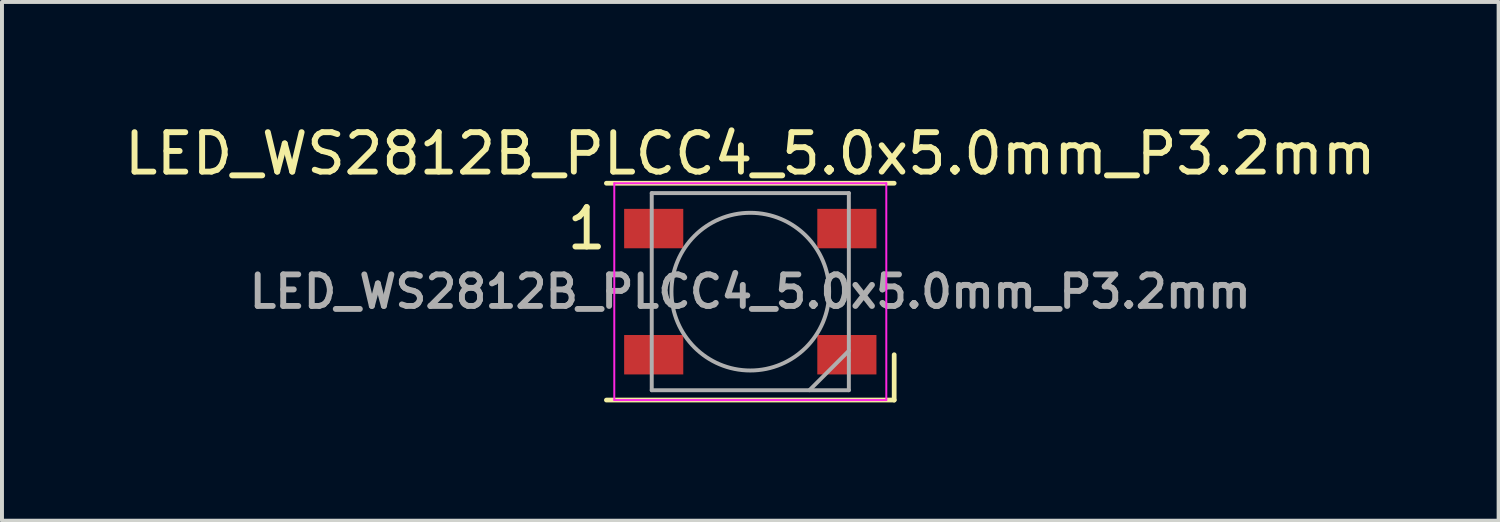
<source format=kicad_pcb>
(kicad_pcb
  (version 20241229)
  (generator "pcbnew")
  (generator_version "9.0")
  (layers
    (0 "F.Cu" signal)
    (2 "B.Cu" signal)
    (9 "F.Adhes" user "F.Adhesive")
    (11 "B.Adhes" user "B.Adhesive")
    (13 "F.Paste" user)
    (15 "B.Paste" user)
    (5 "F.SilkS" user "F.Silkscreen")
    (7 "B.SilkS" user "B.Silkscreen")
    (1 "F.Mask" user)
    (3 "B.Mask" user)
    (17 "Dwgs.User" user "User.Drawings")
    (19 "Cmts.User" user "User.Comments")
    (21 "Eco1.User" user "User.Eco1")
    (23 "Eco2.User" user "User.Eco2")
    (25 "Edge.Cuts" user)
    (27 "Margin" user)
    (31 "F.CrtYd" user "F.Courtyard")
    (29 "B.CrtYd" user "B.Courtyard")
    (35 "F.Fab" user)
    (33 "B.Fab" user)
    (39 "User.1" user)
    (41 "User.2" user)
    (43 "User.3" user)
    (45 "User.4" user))
  (footprint "LED_WS2812B_PLCC4_5.0x5.0mm_P3.2mm"
    (layer "F.Cu")
    (at 15.982 4.348)
    (property "Reference" "LED_WS2812B_PLCC4_5.0x5.0mm_P3.2mm" (at 0 -3.5 180) (layer "F.SilkS") (effects (font (size 1 1) (thickness 0.15))))
    (attr smd)
    (fp_line (start -3.65 -2.75) (end 3.65 -2.75) (stroke (width 0.12) (type solid)) (layer "F.SilkS"))
    (fp_line (start -3.65 2.75) (end 3.65 2.75) (stroke (width 0.12) (type solid)) (layer "F.SilkS"))
    (fp_line (start 3.65 2.75) (end 3.65 1.6) (stroke (width 0.12) (type solid)) (layer "F.SilkS"))
    (fp_line (start -3.45 -2.75) (end -3.45 2.75) (stroke (width 0.05) (type solid)) (layer "F.CrtYd"))
    (fp_line (start -3.45 2.75) (end 3.45 2.75) (stroke (width 0.05) (type solid)) (layer "F.CrtYd"))
    (fp_line (start 3.45 -2.75) (end -3.45 -2.75) (stroke (width 0.05) (type solid)) (layer "F.CrtYd"))
    (fp_line (start 3.45 2.75) (end 3.45 -2.75) (stroke (width 0.05) (type solid)) (layer "F.CrtYd"))
    (fp_line (start -2.5 -2.5) (end -2.5 2.5) (stroke (width 0.1) (type solid)) (layer "F.Fab"))
    (fp_line (start -2.5 2.5) (end 2.5 2.5) (stroke (width 0.1) (type solid)) (layer "F.Fab"))
    (fp_line (start 2.5 -2.5) (end -2.5 -2.5) (stroke (width 0.1) (type solid)) (layer "F.Fab"))
    (fp_line (start 2.5 1.5) (end 1.5 2.5) (stroke (width 0.1) (type solid)) (layer "F.Fab"))
    (fp_line (start 2.5 2.5) (end 2.5 -2.5) (stroke (width 0.1) (type solid)) (layer "F.Fab"))
    (fp_circle (center 0 0) (end 0 -2) (stroke (width 0.1) (type solid)) (fill no) (layer "F.Fab"))
    (fp_text user "1" (at -4.15 -1.6 180) (layer "F.SilkS") (effects (font (size 1 1) (thickness 0.15))))
    (fp_text user "${REFERENCE}" (at 0 0 180) (layer "F.Fab") (effects (font (size 0.8 0.8) (thickness 0.15))))
    (pad "1" smd rect (at -2.45 -1.6) (size 1.5 1) (layers "F.Cu" "F.Mask" "F.Paste"))
    (pad "2" smd rect (at -2.45 1.6) (size 1.5 1) (layers "F.Cu" "F.Mask" "F.Paste"))
    (pad "3" smd rect (at 2.45 1.6) (size 1.5 1) (layers "F.Cu" "F.Mask" "F.Paste"))
    (pad "4" smd rect (at 2.45 -1.6) (size 1.5 1) (layers "F.Cu" "F.Mask" "F.Paste")))
  (gr_rect
    (start -3 -3)
    (end 34.964 10.158)
    (stroke (width 0.1) (type default))
    (fill no)
    (layer "Edge.Cuts")))
</source>
